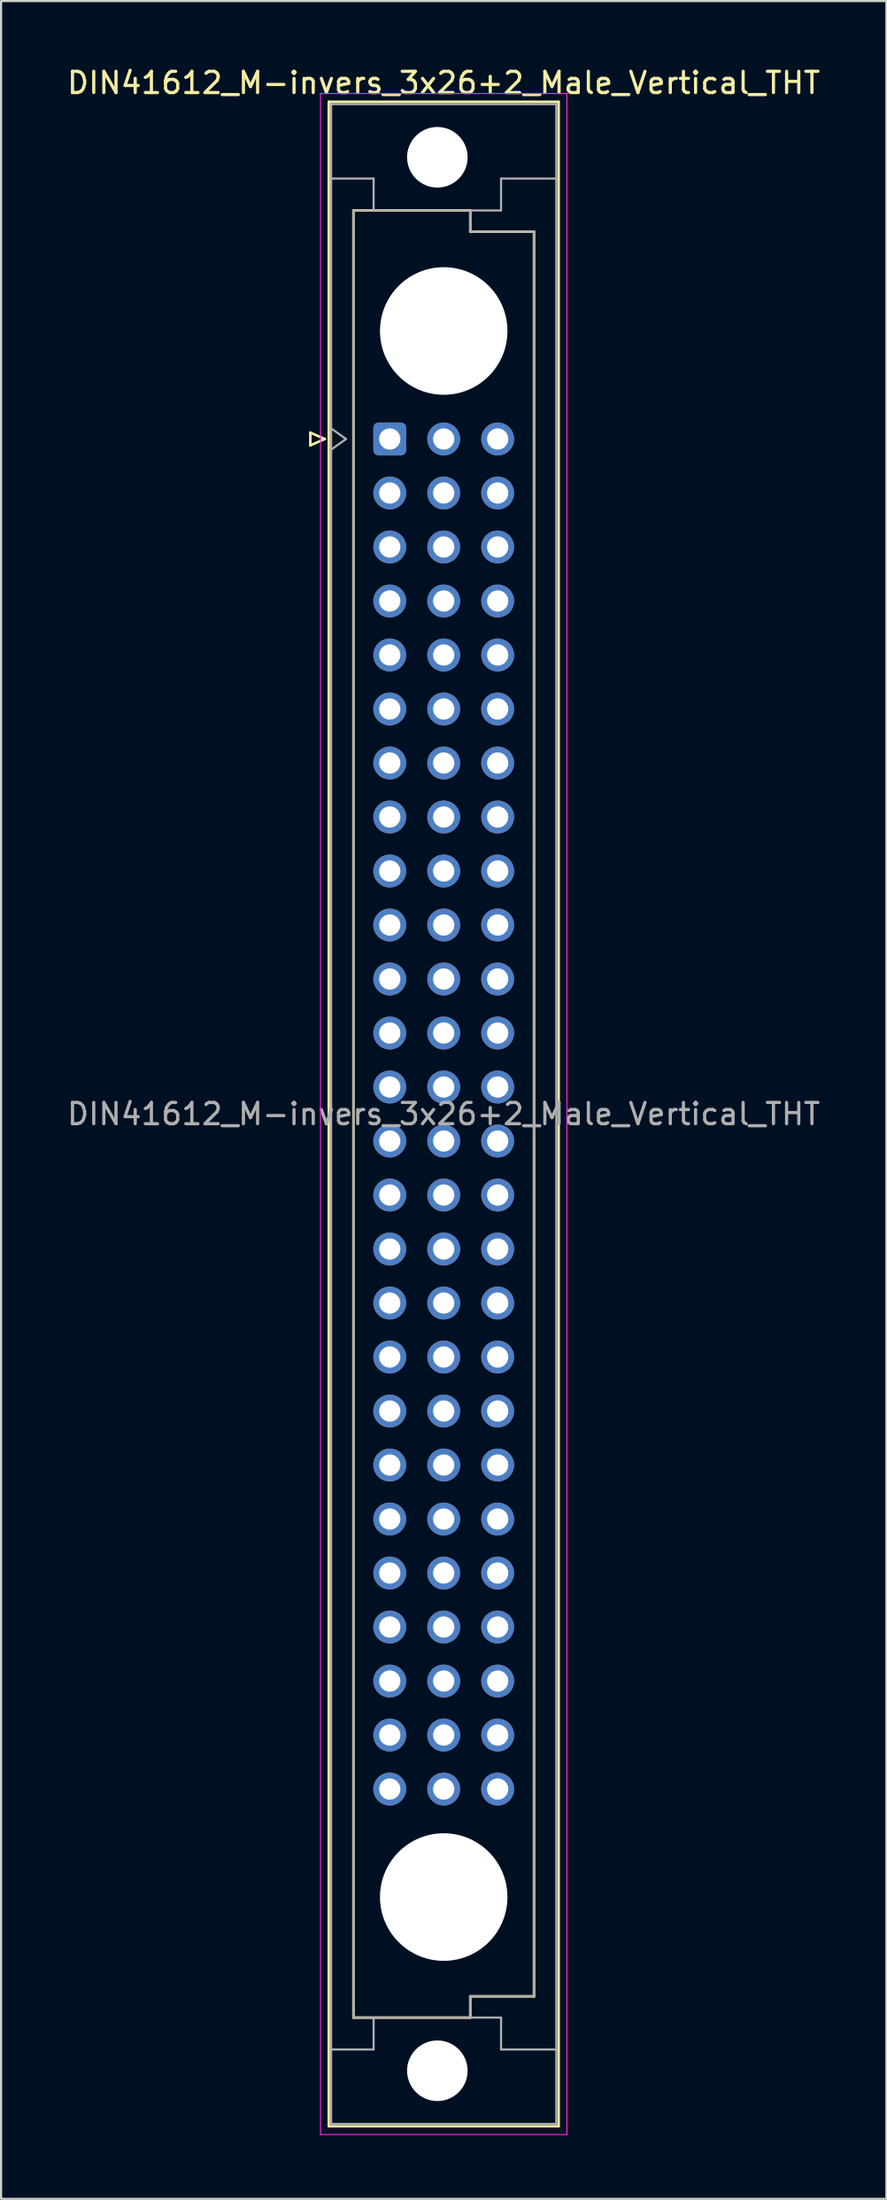
<source format=kicad_pcb>
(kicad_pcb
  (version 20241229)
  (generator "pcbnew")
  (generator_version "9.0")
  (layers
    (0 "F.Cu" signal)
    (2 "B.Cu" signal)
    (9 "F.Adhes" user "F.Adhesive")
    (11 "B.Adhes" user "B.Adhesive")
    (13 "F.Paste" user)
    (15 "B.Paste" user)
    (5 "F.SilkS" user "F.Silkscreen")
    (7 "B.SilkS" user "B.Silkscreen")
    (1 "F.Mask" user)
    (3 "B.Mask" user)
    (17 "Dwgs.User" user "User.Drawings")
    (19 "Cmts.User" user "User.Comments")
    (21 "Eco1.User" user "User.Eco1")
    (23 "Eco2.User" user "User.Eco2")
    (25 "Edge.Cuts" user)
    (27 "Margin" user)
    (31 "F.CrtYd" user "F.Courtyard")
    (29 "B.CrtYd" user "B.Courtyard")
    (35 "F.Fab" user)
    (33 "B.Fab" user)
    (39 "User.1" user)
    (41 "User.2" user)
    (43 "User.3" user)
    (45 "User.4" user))
  (footprint "DIN41612_M-invers_3x26+2_Male_Vertical_THT"
    (layer "F.Cu")
    (at 15.299 9.978)
    (property "Reference" "DIN41612_M-invers_3x26+2_Male_Vertical_THT" (at 2.54 -9.13 0) (layer "F.SilkS") (effects (font (size 1 1) (thickness 0.15))))
    (attr through_hole)
    (fp_line (start -3.74 7.32) (end -3.74 7.92) (stroke (width 0.12) (type solid)) (layer "F.SilkS"))
    (fp_line (start -3.74 7.92) (end -3.06 7.62) (stroke (width 0.12) (type solid)) (layer "F.SilkS"))
    (fp_line (start -3.06 7.62) (end -3.74 7.32) (stroke (width 0.12) (type solid)) (layer "F.SilkS"))
    (fp_line (start -2.87 -8.24) (end 7.95 -8.24) (stroke (width 0.12) (type solid)) (layer "F.SilkS"))
    (fp_line (start -2.87 86.98) (end -2.87 -8.24) (stroke (width 0.12) (type solid)) (layer "F.SilkS"))
    (fp_line (start -1.71 -3.13) (end 3.79 -3.13) (stroke (width 0.12) (type solid)) (layer "F.SilkS"))
    (fp_line (start -1.71 81.87) (end -1.71 -3.13) (stroke (width 0.12) (type solid)) (layer "F.SilkS"))
    (fp_line (start 3.79 -3.13) (end 3.79 -2.13) (stroke (width 0.12) (type solid)) (layer "F.SilkS"))
    (fp_line (start 3.79 -2.13) (end 6.79 -2.13) (stroke (width 0.12) (type solid)) (layer "F.SilkS"))
    (fp_line (start 3.79 80.87) (end 3.79 81.87) (stroke (width 0.12) (type solid)) (layer "F.SilkS"))
    (fp_line (start 3.79 81.87) (end -1.71 81.87) (stroke (width 0.12) (type solid)) (layer "F.SilkS"))
    (fp_line (start 6.79 -2.13) (end 6.79 80.87) (stroke (width 0.12) (type solid)) (layer "F.SilkS"))
    (fp_line (start 6.79 80.87) (end 3.79 80.87) (stroke (width 0.12) (type solid)) (layer "F.SilkS"))
    (fp_line (start 7.95 -8.24) (end 7.95 86.98) (stroke (width 0.12) (type solid)) (layer "F.SilkS"))
    (fp_line (start 7.95 86.98) (end -2.87 86.98) (stroke (width 0.12) (type solid)) (layer "F.SilkS"))
    (fp_line (start -3.26 -8.63) (end 8.34 -8.63) (stroke (width 0.05) (type solid)) (layer "F.CrtYd"))
    (fp_line (start -3.26 87.37) (end -3.26 -8.63) (stroke (width 0.05) (type solid)) (layer "F.CrtYd"))
    (fp_line (start 8.34 -8.63) (end 8.34 87.37) (stroke (width 0.05) (type solid)) (layer "F.CrtYd"))
    (fp_line (start 8.34 87.37) (end -3.26 87.37) (stroke (width 0.05) (type solid)) (layer "F.CrtYd"))
    (fp_line (start -2.76 -8.13) (end 7.84 -8.13) (stroke (width 0.1) (type solid)) (layer "F.Fab"))
    (fp_line (start -2.76 -4.63) (end -0.76 -4.63) (stroke (width 0.1) (type solid)) (layer "F.Fab"))
    (fp_line (start -2.76 7.12) (end -2.06 7.62) (stroke (width 0.1) (type solid)) (layer "F.Fab"))
    (fp_line (start -2.76 83.37) (end -0.76 83.37) (stroke (width 0.1) (type solid)) (layer "F.Fab"))
    (fp_line (start -2.76 86.87) (end -2.76 -8.13) (stroke (width 0.1) (type solid)) (layer "F.Fab"))
    (fp_line (start -2.06 7.62) (end -2.76 8.12) (stroke (width 0.1) (type solid)) (layer "F.Fab"))
    (fp_line (start -1.71 -3.13) (end 3.79 -3.13) (stroke (width 0.1) (type solid)) (layer "F.Fab"))
    (fp_line (start -1.71 81.87) (end -1.71 -3.13) (stroke (width 0.1) (type solid)) (layer "F.Fab"))
    (fp_line (start -0.76 -4.63) (end -0.76 -3.13) (stroke (width 0.1) (type solid)) (layer "F.Fab"))
    (fp_line (start -0.76 83.37) (end -0.76 81.87) (stroke (width 0.1) (type solid)) (layer "F.Fab"))
    (fp_line (start 3.79 -3.13) (end 3.79 -2.13) (stroke (width 0.1) (type solid)) (layer "F.Fab"))
    (fp_line (start 3.79 -3.13) (end 5.24 -3.13) (stroke (width 0.1) (type solid)) (layer "F.Fab"))
    (fp_line (start 3.79 -2.13) (end 6.79 -2.13) (stroke (width 0.1) (type solid)) (layer "F.Fab"))
    (fp_line (start 3.79 80.87) (end 3.79 81.87) (stroke (width 0.1) (type solid)) (layer "F.Fab"))
    (fp_line (start 3.79 81.87) (end -1.71 81.87) (stroke (width 0.1) (type solid)) (layer "F.Fab"))
    (fp_line (start 3.79 81.87) (end 5.24 81.87) (stroke (width 0.1) (type solid)) (layer "F.Fab"))
    (fp_line (start 5.24 -4.63) (end 7.84 -4.63) (stroke (width 0.1) (type solid)) (layer "F.Fab"))
    (fp_line (start 5.24 -3.13) (end 5.24 -4.63) (stroke (width 0.1) (type solid)) (layer "F.Fab"))
    (fp_line (start 5.24 81.87) (end 5.24 83.37) (stroke (width 0.1) (type solid)) (layer "F.Fab"))
    (fp_line (start 5.24 83.37) (end 7.84 83.37) (stroke (width 0.1) (type solid)) (layer "F.Fab"))
    (fp_line (start 6.79 -2.13) (end 6.79 80.87) (stroke (width 0.1) (type solid)) (layer "F.Fab"))
    (fp_line (start 6.79 80.87) (end 3.79 80.87) (stroke (width 0.1) (type solid)) (layer "F.Fab"))
    (fp_line (start 7.84 -8.13) (end 7.84 86.87) (stroke (width 0.1) (type solid)) (layer "F.Fab"))
    (fp_line (start 7.84 86.87) (end -2.76 86.87) (stroke (width 0.1) (type solid)) (layer "F.Fab"))
    (fp_text user "${REFERENCE}" (at 2.54 39.37 0) (layer "F.Fab") (effects (font (size 1 1) (thickness 0.15))))
    (pad "" np_thru_hole circle (at 2.24 -5.63) (size 2.85 2.85) (drill 2.85) (layers "*.Cu" "*.Mask"))
    (pad "" np_thru_hole circle (at 2.24 84.37) (size 2.85 2.85) (drill 2.85) (layers "*.Cu" "*.Mask"))
    (pad "" np_thru_hole circle (at 2.54 2.54) (size 6 6) (drill 6) (layers "*.Cu" "*.Mask"))
    (pad "" np_thru_hole circle (at 2.54 76.2) (size 6 6) (drill 6) (layers "*.Cu" "*.Mask"))
    (pad "a4" thru_hole roundrect (at 0 7.62) (size 1.55 1.55) (drill 1) (layers "*.Cu" "*.Mask") (roundrect_rratio 0.161))
    (pad "a5" thru_hole circle (at 0 10.16) (size 1.55 1.55) (drill 1) (layers "*.Cu" "*.Mask"))
    (pad "a6" thru_hole circle (at 0 12.7) (size 1.55 1.55) (drill 1) (layers "*.Cu" "*.Mask"))
    (pad "a7" thru_hole circle (at 0 15.24) (size 1.55 1.55) (drill 1) (layers "*.Cu" "*.Mask"))
    (pad "a8" thru_hole circle (at 0 17.78) (size 1.55 1.55) (drill 1) (layers "*.Cu" "*.Mask"))
    (pad "a9" thru_hole circle (at 0 20.32) (size 1.55 1.55) (drill 1) (layers "*.Cu" "*.Mask"))
    (pad "a10" thru_hole circle (at 0 22.86) (size 1.55 1.55) (drill 1) (layers "*.Cu" "*.Mask"))
    (pad "a11" thru_hole circle (at 0 25.4) (size 1.55 1.55) (drill 1) (layers "*.Cu" "*.Mask"))
    (pad "a12" thru_hole circle (at 0 27.94) (size 1.55 1.55) (drill 1) (layers "*.Cu" "*.Mask"))
    (pad "a13" thru_hole circle (at 0 30.48) (size 1.55 1.55) (drill 1) (layers "*.Cu" "*.Mask"))
    (pad "a14" thru_hole circle (at 0 33.02) (size 1.55 1.55) (drill 1) (layers "*.Cu" "*.Mask"))
    (pad "a15" thru_hole circle (at 0 35.56) (size 1.55 1.55) (drill 1) (layers "*.Cu" "*.Mask"))
    (pad "a16" thru_hole circle (at 0 38.1) (size 1.55 1.55) (drill 1) (layers "*.Cu" "*.Mask"))
    (pad "a17" thru_hole circle (at 0 40.64) (size 1.55 1.55) (drill 1) (layers "*.Cu" "*.Mask"))
    (pad "a18" thru_hole circle (at 0 43.18) (size 1.55 1.55) (drill 1) (layers "*.Cu" "*.Mask"))
    (pad "a19" thru_hole circle (at 0 45.72) (size 1.55 1.55) (drill 1) (layers "*.Cu" "*.Mask"))
    (pad "a20" thru_hole circle (at 0 48.26) (size 1.55 1.55) (drill 1) (layers "*.Cu" "*.Mask"))
    (pad "a21" thru_hole circle (at 0 50.8) (size 1.55 1.55) (drill 1) (layers "*.Cu" "*.Mask"))
    (pad "a22" thru_hole circle (at 0 53.34) (size 1.55 1.55) (drill 1) (layers "*.Cu" "*.Mask"))
    (pad "a23" thru_hole circle (at 0 55.88) (size 1.55 1.55) (drill 1) (layers "*.Cu" "*.Mask"))
    (pad "a24" thru_hole circle (at 0 58.42) (size 1.55 1.55) (drill 1) (layers "*.Cu" "*.Mask"))
    (pad "a25" thru_hole circle (at 0 60.96) (size 1.55 1.55) (drill 1) (layers "*.Cu" "*.Mask"))
    (pad "a26" thru_hole circle (at 0 63.5) (size 1.55 1.55) (drill 1) (layers "*.Cu" "*.Mask"))
    (pad "a27" thru_hole circle (at 0 66.04) (size 1.55 1.55) (drill 1) (layers "*.Cu" "*.Mask"))
    (pad "a28" thru_hole circle (at 0 68.58) (size 1.55 1.55) (drill 1) (layers "*.Cu" "*.Mask"))
    (pad "a29" thru_hole circle (at 0 71.12) (size 1.55 1.55) (drill 1) (layers "*.Cu" "*.Mask"))
    (pad "b4" thru_hole circle (at 2.54 7.62) (size 1.55 1.55) (drill 1) (layers "*.Cu" "*.Mask"))
    (pad "b5" thru_hole circle (at 2.54 10.16) (size 1.55 1.55) (drill 1) (layers "*.Cu" "*.Mask"))
    (pad "b6" thru_hole circle (at 2.54 12.7) (size 1.55 1.55) (drill 1) (layers "*.Cu" "*.Mask"))
    (pad "b7" thru_hole circle (at 2.54 15.24) (size 1.55 1.55) (drill 1) (layers "*.Cu" "*.Mask"))
    (pad "b8" thru_hole circle (at 2.54 17.78) (size 1.55 1.55) (drill 1) (layers "*.Cu" "*.Mask"))
    (pad "b9" thru_hole circle (at 2.54 20.32) (size 1.55 1.55) (drill 1) (layers "*.Cu" "*.Mask"))
    (pad "b10" thru_hole circle (at 2.54 22.86) (size 1.55 1.55) (drill 1) (layers "*.Cu" "*.Mask"))
    (pad "b11" thru_hole circle (at 2.54 25.4) (size 1.55 1.55) (drill 1) (layers "*.Cu" "*.Mask"))
    (pad "b12" thru_hole circle (at 2.54 27.94) (size 1.55 1.55) (drill 1) (layers "*.Cu" "*.Mask"))
    (pad "b13" thru_hole circle (at 2.54 30.48) (size 1.55 1.55) (drill 1) (layers "*.Cu" "*.Mask"))
    (pad "b14" thru_hole circle (at 2.54 33.02) (size 1.55 1.55) (drill 1) (layers "*.Cu" "*.Mask"))
    (pad "b15" thru_hole circle (at 2.54 35.56) (size 1.55 1.55) (drill 1) (layers "*.Cu" "*.Mask"))
    (pad "b16" thru_hole circle (at 2.54 38.1) (size 1.55 1.55) (drill 1) (layers "*.Cu" "*.Mask"))
    (pad "b17" thru_hole circle (at 2.54 40.64) (size 1.55 1.55) (drill 1) (layers "*.Cu" "*.Mask"))
    (pad "b18" thru_hole circle (at 2.54 43.18) (size 1.55 1.55) (drill 1) (layers "*.Cu" "*.Mask"))
    (pad "b19" thru_hole circle (at 2.54 45.72) (size 1.55 1.55) (drill 1) (layers "*.Cu" "*.Mask"))
    (pad "b20" thru_hole circle (at 2.54 48.26) (size 1.55 1.55) (drill 1) (layers "*.Cu" "*.Mask"))
    (pad "b21" thru_hole circle (at 2.54 50.8) (size 1.55 1.55) (drill 1) (layers "*.Cu" "*.Mask"))
    (pad "b22" thru_hole circle (at 2.54 53.34) (size 1.55 1.55) (drill 1) (layers "*.Cu" "*.Mask"))
    (pad "b23" thru_hole circle (at 2.54 55.88) (size 1.55 1.55) (drill 1) (layers "*.Cu" "*.Mask"))
    (pad "b24" thru_hole circle (at 2.54 58.42) (size 1.55 1.55) (drill 1) (layers "*.Cu" "*.Mask"))
    (pad "b25" thru_hole circle (at 2.54 60.96) (size 1.55 1.55) (drill 1) (layers "*.Cu" "*.Mask"))
    (pad "b26" thru_hole circle (at 2.54 63.5) (size 1.55 1.55) (drill 1) (layers "*.Cu" "*.Mask"))
    (pad "b27" thru_hole circle (at 2.54 66.04) (size 1.55 1.55) (drill 1) (layers "*.Cu" "*.Mask"))
    (pad "b28" thru_hole circle (at 2.54 68.58) (size 1.55 1.55) (drill 1) (layers "*.Cu" "*.Mask"))
    (pad "b29" thru_hole circle (at 2.54 71.12) (size 1.55 1.55) (drill 1) (layers "*.Cu" "*.Mask"))
    (pad "c4" thru_hole circle (at 5.08 7.62) (size 1.55 1.55) (drill 1) (layers "*.Cu" "*.Mask"))
    (pad "c5" thru_hole circle (at 5.08 10.16) (size 1.55 1.55) (drill 1) (layers "*.Cu" "*.Mask"))
    (pad "c6" thru_hole circle (at 5.08 12.7) (size 1.55 1.55) (drill 1) (layers "*.Cu" "*.Mask"))
    (pad "c7" thru_hole circle (at 5.08 15.24) (size 1.55 1.55) (drill 1) (layers "*.Cu" "*.Mask"))
    (pad "c8" thru_hole circle (at 5.08 17.78) (size 1.55 1.55) (drill 1) (layers "*.Cu" "*.Mask"))
    (pad "c9" thru_hole circle (at 5.08 20.32) (size 1.55 1.55) (drill 1) (layers "*.Cu" "*.Mask"))
    (pad "c10" thru_hole circle (at 5.08 22.86) (size 1.55 1.55) (drill 1) (layers "*.Cu" "*.Mask"))
    (pad "c11" thru_hole circle (at 5.08 25.4) (size 1.55 1.55) (drill 1) (layers "*.Cu" "*.Mask"))
    (pad "c12" thru_hole circle (at 5.08 27.94) (size 1.55 1.55) (drill 1) (layers "*.Cu" "*.Mask"))
    (pad "c13" thru_hole circle (at 5.08 30.48) (size 1.55 1.55) (drill 1) (layers "*.Cu" "*.Mask"))
    (pad "c14" thru_hole circle (at 5.08 33.02) (size 1.55 1.55) (drill 1) (layers "*.Cu" "*.Mask"))
    (pad "c15" thru_hole circle (at 5.08 35.56) (size 1.55 1.55) (drill 1) (layers "*.Cu" "*.Mask"))
    (pad "c16" thru_hole circle (at 5.08 38.1) (size 1.55 1.55) (drill 1) (layers "*.Cu" "*.Mask"))
    (pad "c17" thru_hole circle (at 5.08 40.64) (size 1.55 1.55) (drill 1) (layers "*.Cu" "*.Mask"))
    (pad "c18" thru_hole circle (at 5.08 43.18) (size 1.55 1.55) (drill 1) (layers "*.Cu" "*.Mask"))
    (pad "c19" thru_hole circle (at 5.08 45.72) (size 1.55 1.55) (drill 1) (layers "*.Cu" "*.Mask"))
    (pad "c20" thru_hole circle (at 5.08 48.26) (size 1.55 1.55) (drill 1) (layers "*.Cu" "*.Mask"))
    (pad "c21" thru_hole circle (at 5.08 50.8) (size 1.55 1.55) (drill 1) (layers "*.Cu" "*.Mask"))
    (pad "c22" thru_hole circle (at 5.08 53.34) (size 1.55 1.55) (drill 1) (layers "*.Cu" "*.Mask"))
    (pad "c23" thru_hole circle (at 5.08 55.88) (size 1.55 1.55) (drill 1) (layers "*.Cu" "*.Mask"))
    (pad "c24" thru_hole circle (at 5.08 58.42) (size 1.55 1.55) (drill 1) (layers "*.Cu" "*.Mask"))
    (pad "c25" thru_hole circle (at 5.08 60.96) (size 1.55 1.55) (drill 1) (layers "*.Cu" "*.Mask"))
    (pad "c26" thru_hole circle (at 5.08 63.5) (size 1.55 1.55) (drill 1) (layers "*.Cu" "*.Mask"))
    (pad "c27" thru_hole circle (at 5.08 66.04) (size 1.55 1.55) (drill 1) (layers "*.Cu" "*.Mask"))
    (pad "c28" thru_hole circle (at 5.08 68.58) (size 1.55 1.55) (drill 1) (layers "*.Cu" "*.Mask"))
    (pad "c29" thru_hole circle (at 5.08 71.12) (size 1.55 1.55) (drill 1) (layers "*.Cu" "*.Mask")))
  (gr_rect
    (start -3 -3)
    (end 38.679 100.373)
    (stroke (width 0.1) (type default))
    (fill no)
    (layer "Edge.Cuts")))
</source>
